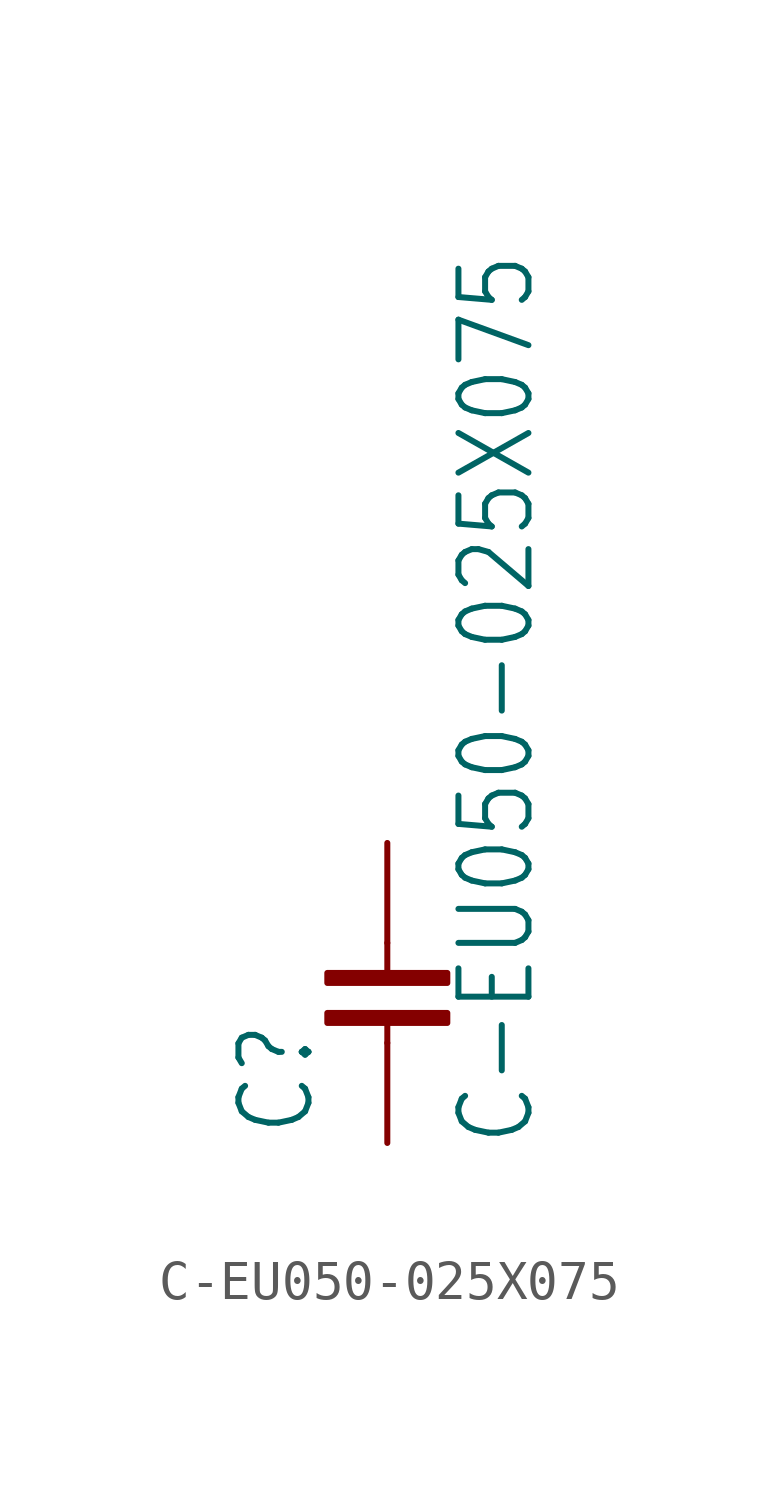
<source format=kicad_sym>
(kicad_symbol_lib
  (version 20211014)
  (generator kicad_symbol_editor)
  (symbol "C-EU050-025X075"
    (property "Reference" "C"
      (at -1.778 -4.953 90)
      (effects (font (size 1.778 1.511)) (justify left bottom)))
    (property "Value" "C-EU050-025X075"
      (at 3.81 -5.207 90)
      (effects (font (size 1.778 1.511)) (justify left bottom)))
    (property "ki_locked" ""
      (at 0 0 0)
      (effects (font (size 1.27 1.27))))
    (symbol "C-EU050-025X075_1_0"
      (rectangle (start -1.524 -2.032) (end 1.524 -1.778) (stroke (width 0) (type default) (color 0 0 0 0)) (fill (type outline)))
      (rectangle (start -1.524 -1.016) (end 1.524 -0.762) (stroke (width 0) (type default) (color 0 0 0 0)) (fill (type outline)))
      (polyline (pts (xy 0 -2.54) (xy 0 -2.032)) (stroke (width 0.152) (type default) (color 0 0 0 0)) (fill (type none)))
      (polyline (pts (xy 0 0) (xy 0 -0.762)) (stroke (width 0.152) (type default) (color 0 0 0 0)) (fill (type none)))
      (pin passive line (at 0 2.54 270) (length 2.54) (name "1" (effects (font (size 0 0)))) (number "1" (effects (font (size 0 0)))))
      (pin passive line (at 0 -5.08 90) (length 2.54) (name "2" (effects (font (size 0 0)))) (number "2" (effects (font (size 0 0))))))))
</source>
